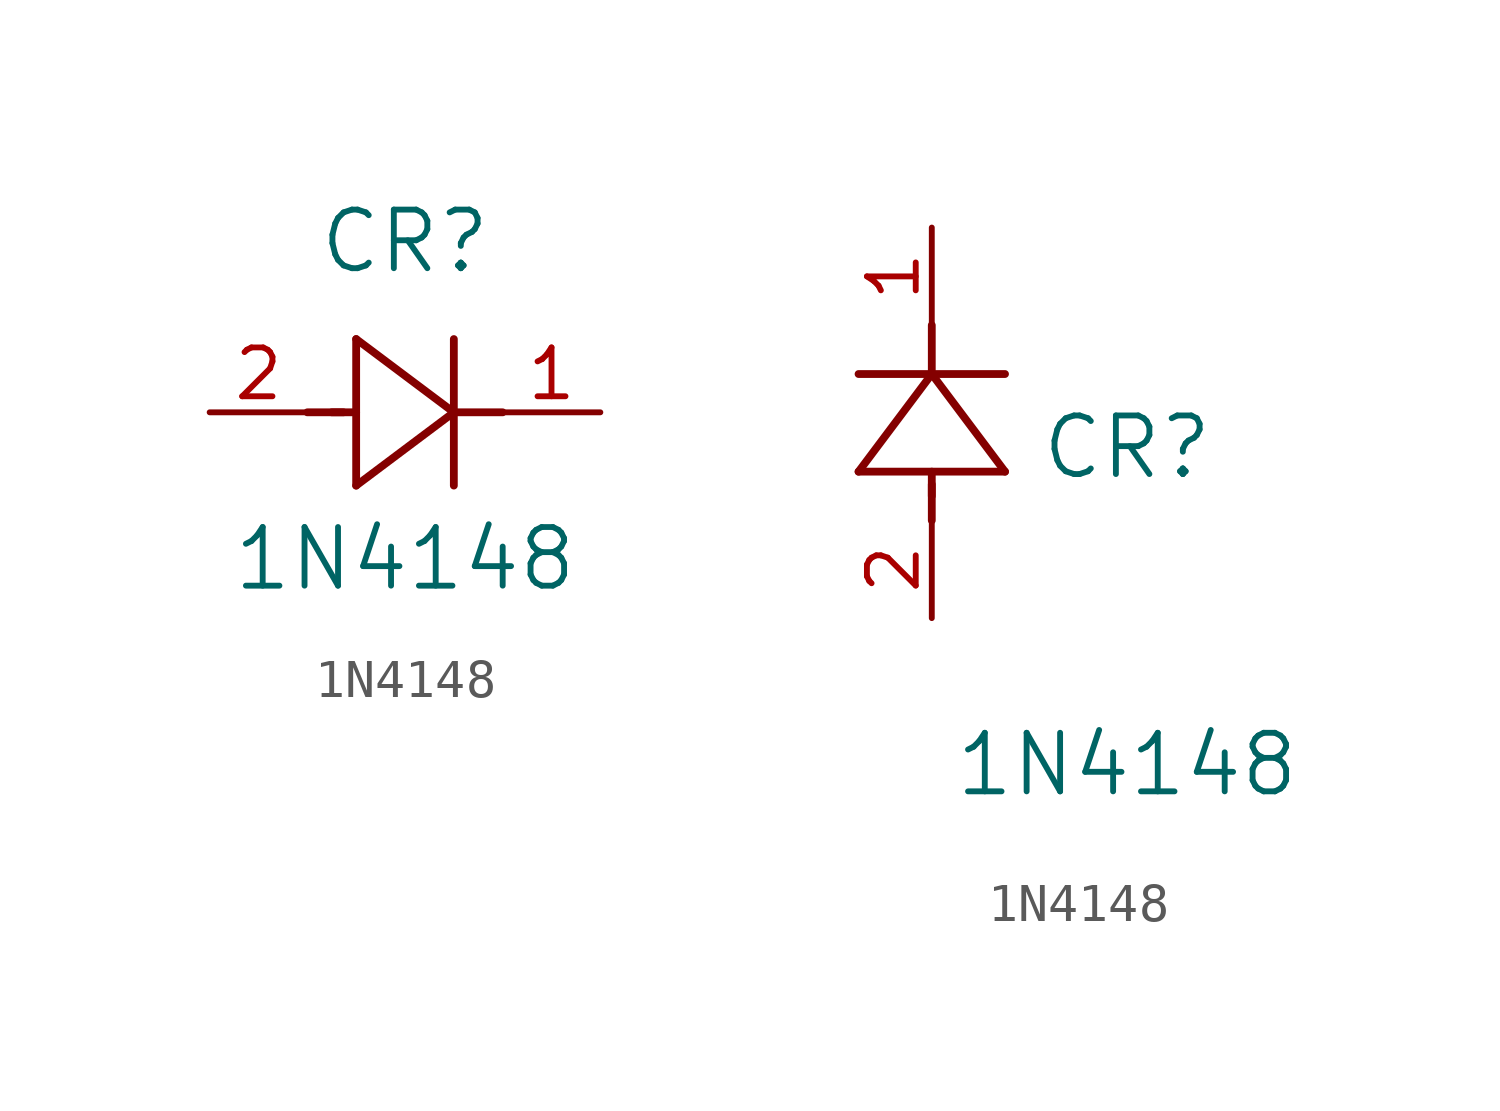
<source format=kicad_sym>
(kicad_symbol_lib
  (version 20211014)
  (generator kicad_symbol_editor)
  (symbol "1N4148"
    (pin_names
      (offset 0.254))
    (property "Reference" "CR"
      (at 5.08 4.445 0)
      (effects (font (size 1.524 1.524))))
    (property "Value" "1N4148"
      (at 5.08 -3.81 0)
      (effects (font (size 1.524 1.524))))
    (symbol "1N4148_1_1"
      (polyline (pts (xy 2.54 0) (xy 3.48 0)) (stroke (width 0.203) (type default) (color 0 0 0 0)) (fill (type none)))
      (polyline (pts (xy 3.81 1.905) (xy 3.81 -1.905)) (stroke (width 0.203) (type default) (color 0 0 0 0)) (fill (type none)))
      (polyline (pts (xy 3.175 0) (xy 3.81 0)) (stroke (width 0.203) (type default) (color 0 0 0 0)) (fill (type none)))
      (polyline (pts (xy 6.35 -1.905) (xy 6.35 1.905)) (stroke (width 0.203) (type default) (color 0 0 0 0)) (fill (type none)))
      (polyline (pts (xy 6.35 0) (xy 7.62 0)) (stroke (width 0.203) (type default) (color 0 0 0 0)) (fill (type none)))
      (polyline (pts (xy 6.35 0) (xy 3.81 1.905)) (stroke (width 0.203) (type default) (color 0 0 0 0)) (fill (type none)))
      (polyline (pts (xy 3.81 -1.905) (xy 6.35 0)) (stroke (width 0.203) (type default) (color 0 0 0 0)) (fill (type none)))
      (pin unspecified line (at 0 0 0) (length 2.54) (name "" (effects (font (size 1.27 1.27)))) (number "2" (effects (font (size 1.27 1.27)))))
      (pin unspecified line (at 10.16 0 180) (length 2.54) (name "" (effects (font (size 1.27 1.27)))) (number "1" (effects (font (size 1.27 1.27))))))
    (symbol "1N4148_1_2"
      (polyline (pts (xy 0 2.54) (xy 0 3.48)) (stroke (width 0.203) (type default) (color 0 0 0 0)) (fill (type none)))
      (polyline (pts (xy -1.905 3.81) (xy 1.905 3.81)) (stroke (width 0.203) (type default) (color 0 0 0 0)) (fill (type none)))
      (polyline (pts (xy 0 3.175) (xy 0 3.81)) (stroke (width 0.203) (type default) (color 0 0 0 0)) (fill (type none)))
      (polyline (pts (xy 1.905 6.35) (xy -1.905 6.35)) (stroke (width 0.203) (type default) (color 0 0 0 0)) (fill (type none)))
      (polyline (pts (xy 0 6.35) (xy 0 7.62)) (stroke (width 0.203) (type default) (color 0 0 0 0)) (fill (type none)))
      (polyline (pts (xy 0 6.35) (xy -1.905 3.81)) (stroke (width 0.203) (type default) (color 0 0 0 0)) (fill (type none)))
      (polyline (pts (xy 1.905 3.81) (xy 0 6.35)) (stroke (width 0.203) (type default) (color 0 0 0 0)) (fill (type none)))
      (pin unspecified line (at 0 0 90) (length 2.54) (name "" (effects (font (size 1.27 1.27)))) (number "2" (effects (font (size 1.27 1.27)))))
      (pin unspecified line (at 0 10.16 270) (length 2.54) (name "" (effects (font (size 1.27 1.27)))) (number "1" (effects (font (size 1.27 1.27))))))))
</source>
